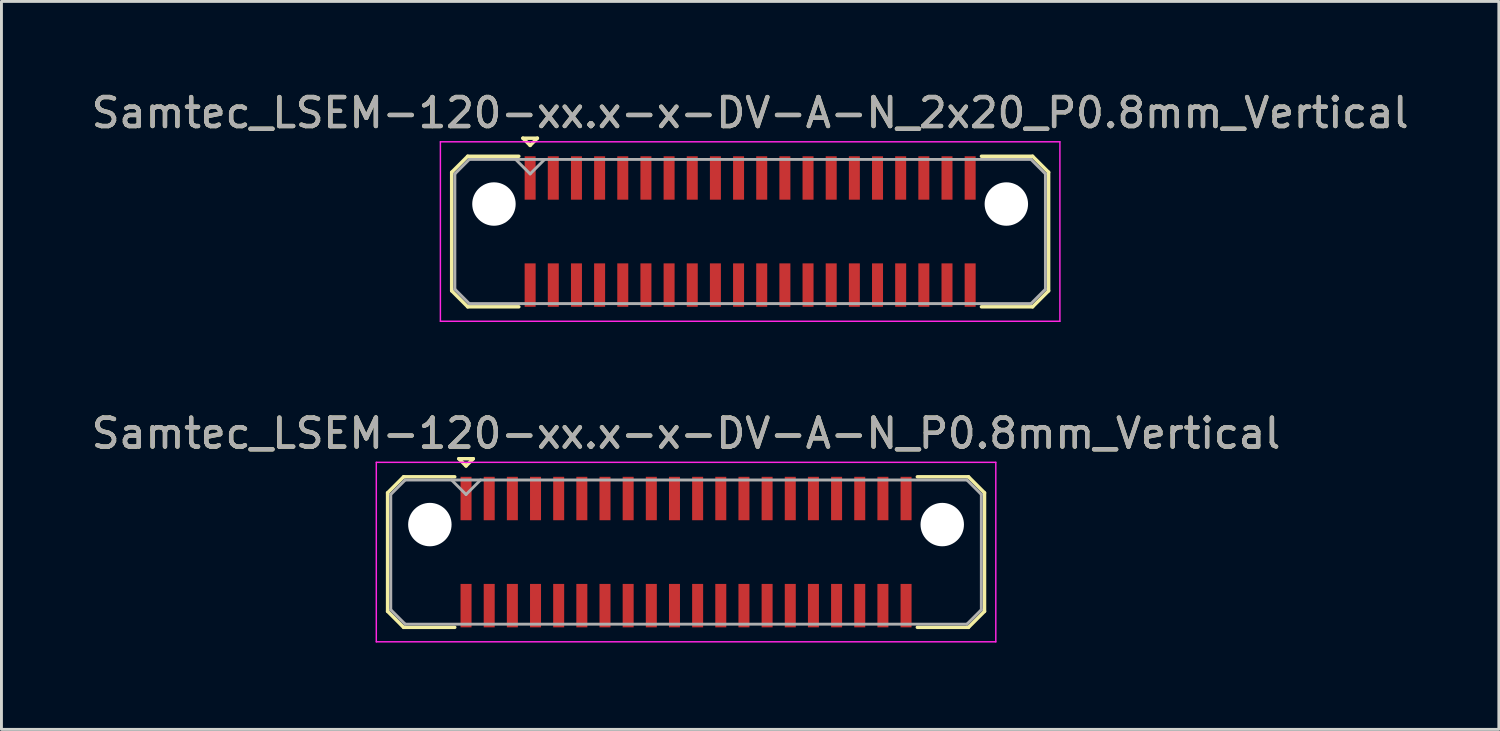
<source format=kicad_pcb>
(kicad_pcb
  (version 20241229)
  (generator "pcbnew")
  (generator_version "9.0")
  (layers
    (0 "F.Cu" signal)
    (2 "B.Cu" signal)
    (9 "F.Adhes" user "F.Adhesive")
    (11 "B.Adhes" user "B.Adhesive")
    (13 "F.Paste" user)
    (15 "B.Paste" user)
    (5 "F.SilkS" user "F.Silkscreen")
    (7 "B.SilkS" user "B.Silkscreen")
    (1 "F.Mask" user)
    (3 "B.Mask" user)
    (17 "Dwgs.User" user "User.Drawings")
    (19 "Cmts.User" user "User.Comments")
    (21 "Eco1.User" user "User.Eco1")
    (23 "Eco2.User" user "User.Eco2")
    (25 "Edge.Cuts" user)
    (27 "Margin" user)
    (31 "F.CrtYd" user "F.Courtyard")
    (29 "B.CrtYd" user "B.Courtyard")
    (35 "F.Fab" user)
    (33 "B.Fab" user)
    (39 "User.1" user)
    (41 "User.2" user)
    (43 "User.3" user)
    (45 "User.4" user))
  (footprint "Samtec_LSEM-120-xx.x-x-DV-A-N_2x20_P0.8mm_Vertical"
    (layer "F.Cu")
    (at 22.863 4.948)
    (property "Reference" "Samtec_LSEM-120-xx.x-x-DV-A-N_2x20_P0.8mm_Vertical" (at 0 -4.1 0) (layer "F.SilkS") (effects (font (size 1 1) (thickness 0.15))))
    (attr smd)
    (fp_line (start -10.31 -2.047) (end -10.31 2.047) (stroke (width 0.12) (type solid)) (layer "F.SilkS"))
    (fp_line (start -10.31 2.047) (end -9.757 2.6) (stroke (width 0.12) (type solid)) (layer "F.SilkS"))
    (fp_line (start -9.757 -2.6) (end -10.31 -2.047) (stroke (width 0.12) (type solid)) (layer "F.SilkS"))
    (fp_line (start -9.757 2.6) (end -7.99 2.6) (stroke (width 0.12) (type solid)) (layer "F.SilkS"))
    (fp_line (start -7.99 -2.6) (end -9.757 -2.6) (stroke (width 0.12) (type solid)) (layer "F.SilkS"))
    (fp_line (start -7.85 -3.225) (end -7.35 -3.225) (stroke (width 0.12) (type solid)) (layer "F.SilkS"))
    (fp_line (start -7.6 -2.975) (end -7.85 -3.225) (stroke (width 0.12) (type solid)) (layer "F.SilkS"))
    (fp_line (start -7.35 -3.225) (end -7.6 -2.975) (stroke (width 0.12) (type solid)) (layer "F.SilkS"))
    (fp_line (start 7.99 -2.6) (end 9.757 -2.6) (stroke (width 0.12) (type solid)) (layer "F.SilkS"))
    (fp_line (start 9.757 -2.6) (end 10.31 -2.047) (stroke (width 0.12) (type solid)) (layer "F.SilkS"))
    (fp_line (start 9.757 2.6) (end 7.99 2.6) (stroke (width 0.12) (type solid)) (layer "F.SilkS"))
    (fp_line (start 10.31 -2.047) (end 10.31 2.047) (stroke (width 0.12) (type solid)) (layer "F.SilkS"))
    (fp_line (start 10.31 2.047) (end 9.757 2.6) (stroke (width 0.12) (type solid)) (layer "F.SilkS"))
    (fp_line (start -10.7 -3.1) (end -10.7 3.1) (stroke (width 0.05) (type solid)) (layer "F.CrtYd"))
    (fp_line (start -10.7 3.1) (end 10.7 3.1) (stroke (width 0.05) (type solid)) (layer "F.CrtYd"))
    (fp_line (start 10.7 -3.1) (end -10.7 -3.1) (stroke (width 0.05) (type solid)) (layer "F.CrtYd"))
    (fp_line (start 10.7 3.1) (end 10.7 -3.1) (stroke (width 0.05) (type solid)) (layer "F.CrtYd"))
    (fp_line (start -10.2 -1.992) (end -10.2 1.992) (stroke (width 0.1) (type solid)) (layer "F.Fab"))
    (fp_line (start -10.2 1.992) (end -9.702 2.49) (stroke (width 0.1) (type solid)) (layer "F.Fab"))
    (fp_line (start -9.702 -2.49) (end -10.2 -1.992) (stroke (width 0.1) (type solid)) (layer "F.Fab"))
    (fp_line (start -9.702 2.49) (end 9.702 2.49) (stroke (width 0.1) (type solid)) (layer "F.Fab"))
    (fp_line (start -7.6 -1.99) (end -8.1 -2.49) (stroke (width 0.1) (type solid)) (layer "F.Fab"))
    (fp_line (start -7.1 -2.49) (end -7.6 -1.99) (stroke (width 0.1) (type solid)) (layer "F.Fab"))
    (fp_line (start 9.702 -2.49) (end -9.702 -2.49) (stroke (width 0.1) (type solid)) (layer "F.Fab"))
    (fp_line (start 9.702 2.49) (end 10.2 1.992) (stroke (width 0.1) (type solid)) (layer "F.Fab"))
    (fp_line (start 10.2 -1.992) (end 9.702 -2.49) (stroke (width 0.1) (type solid)) (layer "F.Fab"))
    (fp_line (start 10.2 1.992) (end 10.2 -1.992) (stroke (width 0.1) (type solid)) (layer "F.Fab"))
    (fp_text user "${REFERENCE}" (at 0 -4.1 0) (layer "F.Fab") (effects (font (size 1 1) (thickness 0.15))))
    (pad "" np_thru_hole circle (at -8.85 -0.95) (size 1.5 1.5) (drill 1.5) (layers "*.Cu" "*.Mask"))
    (pad "" np_thru_hole circle (at 8.85 -0.95) (size 1.5 1.5) (drill 1.5) (layers "*.Cu" "*.Mask"))
    (pad "1" smd rect (at -7.6 -1.85) (size 0.38 1.5) (layers "F.Cu" "F.Mask" "F.Paste"))
    (pad "2" smd rect (at -7.6 1.85) (size 0.38 1.5) (layers "F.Cu" "F.Mask" "F.Paste"))
    (pad "3" smd rect (at -6.8 -1.85) (size 0.38 1.5) (layers "F.Cu" "F.Mask" "F.Paste"))
    (pad "4" smd rect (at -6.8 1.85) (size 0.38 1.5) (layers "F.Cu" "F.Mask" "F.Paste"))
    (pad "5" smd rect (at -6 -1.85) (size 0.38 1.5) (layers "F.Cu" "F.Mask" "F.Paste"))
    (pad "6" smd rect (at -6 1.85) (size 0.38 1.5) (layers "F.Cu" "F.Mask" "F.Paste"))
    (pad "7" smd rect (at -5.2 -1.85) (size 0.38 1.5) (layers "F.Cu" "F.Mask" "F.Paste"))
    (pad "8" smd rect (at -5.2 1.85) (size 0.38 1.5) (layers "F.Cu" "F.Mask" "F.Paste"))
    (pad "9" smd rect (at -4.4 -1.85) (size 0.38 1.5) (layers "F.Cu" "F.Mask" "F.Paste"))
    (pad "10" smd rect (at -4.4 1.85) (size 0.38 1.5) (layers "F.Cu" "F.Mask" "F.Paste"))
    (pad "11" smd rect (at -3.6 -1.85) (size 0.38 1.5) (layers "F.Cu" "F.Mask" "F.Paste"))
    (pad "12" smd rect (at -3.6 1.85) (size 0.38 1.5) (layers "F.Cu" "F.Mask" "F.Paste"))
    (pad "13" smd rect (at -2.8 -1.85) (size 0.38 1.5) (layers "F.Cu" "F.Mask" "F.Paste"))
    (pad "14" smd rect (at -2.8 1.85) (size 0.38 1.5) (layers "F.Cu" "F.Mask" "F.Paste"))
    (pad "15" smd rect (at -2 -1.85) (size 0.38 1.5) (layers "F.Cu" "F.Mask" "F.Paste"))
    (pad "16" smd rect (at -2 1.85) (size 0.38 1.5) (layers "F.Cu" "F.Mask" "F.Paste"))
    (pad "17" smd rect (at -1.2 -1.85) (size 0.38 1.5) (layers "F.Cu" "F.Mask" "F.Paste"))
    (pad "18" smd rect (at -1.2 1.85) (size 0.38 1.5) (layers "F.Cu" "F.Mask" "F.Paste"))
    (pad "19" smd rect (at -0.4 -1.85) (size 0.38 1.5) (layers "F.Cu" "F.Mask" "F.Paste"))
    (pad "20" smd rect (at -0.4 1.85) (size 0.38 1.5) (layers "F.Cu" "F.Mask" "F.Paste"))
    (pad "21" smd rect (at 0.4 -1.85) (size 0.38 1.5) (layers "F.Cu" "F.Mask" "F.Paste"))
    (pad "22" smd rect (at 0.4 1.85) (size 0.38 1.5) (layers "F.Cu" "F.Mask" "F.Paste"))
    (pad "23" smd rect (at 1.2 -1.85) (size 0.38 1.5) (layers "F.Cu" "F.Mask" "F.Paste"))
    (pad "24" smd rect (at 1.2 1.85) (size 0.38 1.5) (layers "F.Cu" "F.Mask" "F.Paste"))
    (pad "25" smd rect (at 2 -1.85) (size 0.38 1.5) (layers "F.Cu" "F.Mask" "F.Paste"))
    (pad "26" smd rect (at 2 1.85) (size 0.38 1.5) (layers "F.Cu" "F.Mask" "F.Paste"))
    (pad "27" smd rect (at 2.8 -1.85) (size 0.38 1.5) (layers "F.Cu" "F.Mask" "F.Paste"))
    (pad "28" smd rect (at 2.8 1.85) (size 0.38 1.5) (layers "F.Cu" "F.Mask" "F.Paste"))
    (pad "29" smd rect (at 3.6 -1.85) (size 0.38 1.5) (layers "F.Cu" "F.Mask" "F.Paste"))
    (pad "30" smd rect (at 3.6 1.85) (size 0.38 1.5) (layers "F.Cu" "F.Mask" "F.Paste"))
    (pad "31" smd rect (at 4.4 -1.85) (size 0.38 1.5) (layers "F.Cu" "F.Mask" "F.Paste"))
    (pad "32" smd rect (at 4.4 1.85) (size 0.38 1.5) (layers "F.Cu" "F.Mask" "F.Paste"))
    (pad "33" smd rect (at 5.2 -1.85) (size 0.38 1.5) (layers "F.Cu" "F.Mask" "F.Paste"))
    (pad "34" smd rect (at 5.2 1.85) (size 0.38 1.5) (layers "F.Cu" "F.Mask" "F.Paste"))
    (pad "35" smd rect (at 6 -1.85) (size 0.38 1.5) (layers "F.Cu" "F.Mask" "F.Paste"))
    (pad "36" smd rect (at 6 1.85) (size 0.38 1.5) (layers "F.Cu" "F.Mask" "F.Paste"))
    (pad "37" smd rect (at 6.8 -1.85) (size 0.38 1.5) (layers "F.Cu" "F.Mask" "F.Paste"))
    (pad "38" smd rect (at 6.8 1.85) (size 0.38 1.5) (layers "F.Cu" "F.Mask" "F.Paste"))
    (pad "39" smd rect (at 7.6 -1.85) (size 0.38 1.5) (layers "F.Cu" "F.Mask" "F.Paste"))
    (pad "40" smd rect (at 7.6 1.85) (size 0.38 1.5) (layers "F.Cu" "F.Mask" "F.Paste")))
  (footprint "Samtec_LSEM-120-xx.x-x-DV-A-N_P0.8mm_Vertical"
    (layer "F.Cu")
    (at 20.649 16.021)
    (property "Reference" "Samtec_LSEM-120-xx.x-x-DV-A-N_P0.8mm_Vertical" (at 0 -4.1 0) (layer "F.SilkS") (effects (font (size 1 1) (thickness 0.15))))
    (attr smd)
    (fp_line (start -10.31 -2.047) (end -10.31 2.047) (stroke (width 0.12) (type solid)) (layer "F.SilkS"))
    (fp_line (start -10.31 2.047) (end -9.757 2.6) (stroke (width 0.12) (type solid)) (layer "F.SilkS"))
    (fp_line (start -9.757 -2.6) (end -10.31 -2.047) (stroke (width 0.12) (type solid)) (layer "F.SilkS"))
    (fp_line (start -9.757 2.6) (end -7.99 2.6) (stroke (width 0.12) (type solid)) (layer "F.SilkS"))
    (fp_line (start -7.99 -2.6) (end -9.757 -2.6) (stroke (width 0.12) (type solid)) (layer "F.SilkS"))
    (fp_line (start -7.85 -3.225) (end -7.35 -3.225) (stroke (width 0.12) (type solid)) (layer "F.SilkS"))
    (fp_line (start -7.6 -2.975) (end -7.85 -3.225) (stroke (width 0.12) (type solid)) (layer "F.SilkS"))
    (fp_line (start -7.35 -3.225) (end -7.6 -2.975) (stroke (width 0.12) (type solid)) (layer "F.SilkS"))
    (fp_line (start 7.99 -2.6) (end 9.757 -2.6) (stroke (width 0.12) (type solid)) (layer "F.SilkS"))
    (fp_line (start 9.757 -2.6) (end 10.31 -2.047) (stroke (width 0.12) (type solid)) (layer "F.SilkS"))
    (fp_line (start 9.757 2.6) (end 7.99 2.6) (stroke (width 0.12) (type solid)) (layer "F.SilkS"))
    (fp_line (start 10.31 -2.047) (end 10.31 2.047) (stroke (width 0.12) (type solid)) (layer "F.SilkS"))
    (fp_line (start 10.31 2.047) (end 9.757 2.6) (stroke (width 0.12) (type solid)) (layer "F.SilkS"))
    (fp_line (start -10.7 -3.1) (end -10.7 3.1) (stroke (width 0.05) (type solid)) (layer "F.CrtYd"))
    (fp_line (start -10.7 3.1) (end 10.7 3.1) (stroke (width 0.05) (type solid)) (layer "F.CrtYd"))
    (fp_line (start 10.7 -3.1) (end -10.7 -3.1) (stroke (width 0.05) (type solid)) (layer "F.CrtYd"))
    (fp_line (start 10.7 3.1) (end 10.7 -3.1) (stroke (width 0.05) (type solid)) (layer "F.CrtYd"))
    (fp_line (start -10.2 -1.992) (end -10.2 1.992) (stroke (width 0.1) (type solid)) (layer "F.Fab"))
    (fp_line (start -10.2 1.992) (end -9.702 2.49) (stroke (width 0.1) (type solid)) (layer "F.Fab"))
    (fp_line (start -9.702 -2.49) (end -10.2 -1.992) (stroke (width 0.1) (type solid)) (layer "F.Fab"))
    (fp_line (start -9.702 2.49) (end 9.702 2.49) (stroke (width 0.1) (type solid)) (layer "F.Fab"))
    (fp_line (start -7.6 -1.99) (end -8.1 -2.49) (stroke (width 0.1) (type solid)) (layer "F.Fab"))
    (fp_line (start -7.1 -2.49) (end -7.6 -1.99) (stroke (width 0.1) (type solid)) (layer "F.Fab"))
    (fp_line (start 9.702 -2.49) (end -9.702 -2.49) (stroke (width 0.1) (type solid)) (layer "F.Fab"))
    (fp_line (start 9.702 2.49) (end 10.2 1.992) (stroke (width 0.1) (type solid)) (layer "F.Fab"))
    (fp_line (start 10.2 -1.992) (end 9.702 -2.49) (stroke (width 0.1) (type solid)) (layer "F.Fab"))
    (fp_line (start 10.2 1.992) (end 10.2 -1.992) (stroke (width 0.1) (type solid)) (layer "F.Fab"))
    (fp_text user "${REFERENCE}" (at 0 -4.1 0) (layer "F.Fab") (effects (font (size 1 1) (thickness 0.15))))
    (pad "" np_thru_hole circle (at -8.85 -0.95) (size 1.5 1.5) (drill 1.5) (layers "*.Cu" "*.Mask"))
    (pad "" np_thru_hole circle (at 8.85 -0.95) (size 1.5 1.5) (drill 1.5) (layers "*.Cu" "*.Mask"))
    (pad "1" smd rect (at -7.6 -1.85) (size 0.38 1.5) (layers "F.Cu" "F.Mask" "F.Paste"))
    (pad "2" smd rect (at -7.6 1.85) (size 0.38 1.5) (layers "F.Cu" "F.Mask" "F.Paste"))
    (pad "3" smd rect (at -6.8 -1.85) (size 0.38 1.5) (layers "F.Cu" "F.Mask" "F.Paste"))
    (pad "4" smd rect (at -6.8 1.85) (size 0.38 1.5) (layers "F.Cu" "F.Mask" "F.Paste"))
    (pad "5" smd rect (at -6 -1.85) (size 0.38 1.5) (layers "F.Cu" "F.Mask" "F.Paste"))
    (pad "6" smd rect (at -6 1.85) (size 0.38 1.5) (layers "F.Cu" "F.Mask" "F.Paste"))
    (pad "7" smd rect (at -5.2 -1.85) (size 0.38 1.5) (layers "F.Cu" "F.Mask" "F.Paste"))
    (pad "8" smd rect (at -5.2 1.85) (size 0.38 1.5) (layers "F.Cu" "F.Mask" "F.Paste"))
    (pad "9" smd rect (at -4.4 -1.85) (size 0.38 1.5) (layers "F.Cu" "F.Mask" "F.Paste"))
    (pad "10" smd rect (at -4.4 1.85) (size 0.38 1.5) (layers "F.Cu" "F.Mask" "F.Paste"))
    (pad "11" smd rect (at -3.6 -1.85) (size 0.38 1.5) (layers "F.Cu" "F.Mask" "F.Paste"))
    (pad "12" smd rect (at -3.6 1.85) (size 0.38 1.5) (layers "F.Cu" "F.Mask" "F.Paste"))
    (pad "13" smd rect (at -2.8 -1.85) (size 0.38 1.5) (layers "F.Cu" "F.Mask" "F.Paste"))
    (pad "14" smd rect (at -2.8 1.85) (size 0.38 1.5) (layers "F.Cu" "F.Mask" "F.Paste"))
    (pad "15" smd rect (at -2 -1.85) (size 0.38 1.5) (layers "F.Cu" "F.Mask" "F.Paste"))
    (pad "16" smd rect (at -2 1.85) (size 0.38 1.5) (layers "F.Cu" "F.Mask" "F.Paste"))
    (pad "17" smd rect (at -1.2 -1.85) (size 0.38 1.5) (layers "F.Cu" "F.Mask" "F.Paste"))
    (pad "18" smd rect (at -1.2 1.85) (size 0.38 1.5) (layers "F.Cu" "F.Mask" "F.Paste"))
    (pad "19" smd rect (at -0.4 -1.85) (size 0.38 1.5) (layers "F.Cu" "F.Mask" "F.Paste"))
    (pad "20" smd rect (at -0.4 1.85) (size 0.38 1.5) (layers "F.Cu" "F.Mask" "F.Paste"))
    (pad "21" smd rect (at 0.4 -1.85) (size 0.38 1.5) (layers "F.Cu" "F.Mask" "F.Paste"))
    (pad "22" smd rect (at 0.4 1.85) (size 0.38 1.5) (layers "F.Cu" "F.Mask" "F.Paste"))
    (pad "23" smd rect (at 1.2 -1.85) (size 0.38 1.5) (layers "F.Cu" "F.Mask" "F.Paste"))
    (pad "24" smd rect (at 1.2 1.85) (size 0.38 1.5) (layers "F.Cu" "F.Mask" "F.Paste"))
    (pad "25" smd rect (at 2 -1.85) (size 0.38 1.5) (layers "F.Cu" "F.Mask" "F.Paste"))
    (pad "26" smd rect (at 2 1.85) (size 0.38 1.5) (layers "F.Cu" "F.Mask" "F.Paste"))
    (pad "27" smd rect (at 2.8 -1.85) (size 0.38 1.5) (layers "F.Cu" "F.Mask" "F.Paste"))
    (pad "28" smd rect (at 2.8 1.85) (size 0.38 1.5) (layers "F.Cu" "F.Mask" "F.Paste"))
    (pad "29" smd rect (at 3.6 -1.85) (size 0.38 1.5) (layers "F.Cu" "F.Mask" "F.Paste"))
    (pad "30" smd rect (at 3.6 1.85) (size 0.38 1.5) (layers "F.Cu" "F.Mask" "F.Paste"))
    (pad "31" smd rect (at 4.4 -1.85) (size 0.38 1.5) (layers "F.Cu" "F.Mask" "F.Paste"))
    (pad "32" smd rect (at 4.4 1.85) (size 0.38 1.5) (layers "F.Cu" "F.Mask" "F.Paste"))
    (pad "33" smd rect (at 5.2 -1.85) (size 0.38 1.5) (layers "F.Cu" "F.Mask" "F.Paste"))
    (pad "34" smd rect (at 5.2 1.85) (size 0.38 1.5) (layers "F.Cu" "F.Mask" "F.Paste"))
    (pad "35" smd rect (at 6 -1.85) (size 0.38 1.5) (layers "F.Cu" "F.Mask" "F.Paste"))
    (pad "36" smd rect (at 6 1.85) (size 0.38 1.5) (layers "F.Cu" "F.Mask" "F.Paste"))
    (pad "37" smd rect (at 6.8 -1.85) (size 0.38 1.5) (layers "F.Cu" "F.Mask" "F.Paste"))
    (pad "38" smd rect (at 6.8 1.85) (size 0.38 1.5) (layers "F.Cu" "F.Mask" "F.Paste"))
    (pad "39" smd rect (at 7.6 -1.85) (size 0.38 1.5) (layers "F.Cu" "F.Mask" "F.Paste"))
    (pad "40" smd rect (at 7.6 1.85) (size 0.38 1.5) (layers "F.Cu" "F.Mask" "F.Paste")))
  (gr_rect
    (start -3 -3)
    (end 48.726 22.146)
    (stroke (width 0.1) (type default))
    (fill no)
    (layer "Edge.Cuts")))
</source>
